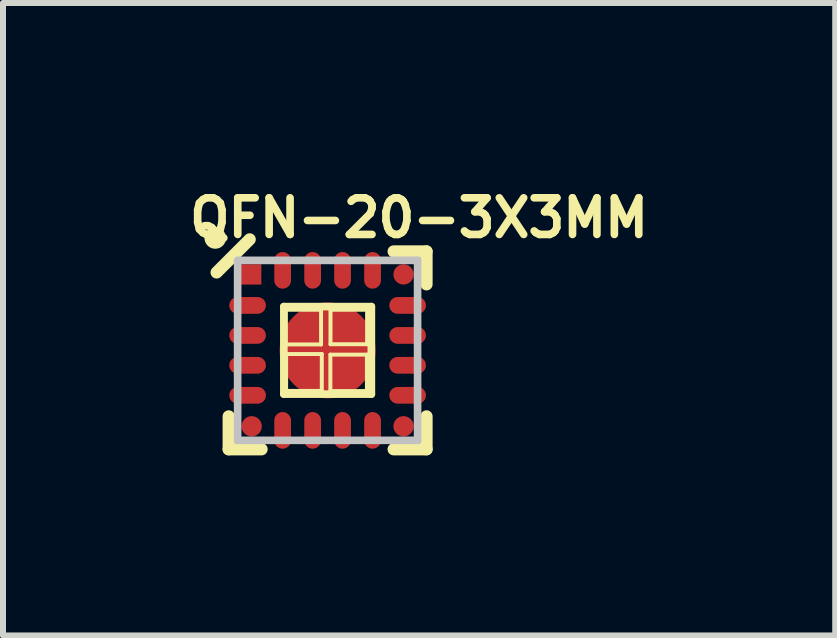
<source format=kicad_pcb>
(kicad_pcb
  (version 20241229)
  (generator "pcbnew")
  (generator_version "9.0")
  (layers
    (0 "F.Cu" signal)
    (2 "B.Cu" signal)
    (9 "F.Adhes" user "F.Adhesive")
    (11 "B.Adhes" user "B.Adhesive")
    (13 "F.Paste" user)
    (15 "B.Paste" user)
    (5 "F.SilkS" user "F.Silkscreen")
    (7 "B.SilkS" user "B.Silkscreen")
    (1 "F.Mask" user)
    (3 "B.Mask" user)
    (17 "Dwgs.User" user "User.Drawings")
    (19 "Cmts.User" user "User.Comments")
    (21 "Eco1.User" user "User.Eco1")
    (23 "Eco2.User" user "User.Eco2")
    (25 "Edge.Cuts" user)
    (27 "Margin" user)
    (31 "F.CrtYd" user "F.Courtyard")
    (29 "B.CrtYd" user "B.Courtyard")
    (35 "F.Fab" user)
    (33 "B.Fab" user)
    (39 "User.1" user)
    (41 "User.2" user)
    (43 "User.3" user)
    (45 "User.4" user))
  (footprint "QFN-20-3X3MM"
    (layer "F.Cu")
    (at 2.408 2.787)
    (property "Reference" "QFN-20-3X3MM" (at 1.524 -2.207 0) (layer "F.SilkS") (effects (font (size 0.61 0.61) (thickness 0.127))))
    (attr smd)
    (fp_line (start -1.648 1.648) (end -1.648 1.1) (stroke (width 0.203) (type solid)) (layer "F.SilkS"))
    (fp_line (start -1.298 -1.849) (end -1.849 -1.298) (stroke (width 0.203) (type solid)) (layer "F.SilkS"))
    (fp_line (start -1.1 1.648) (end -1.648 1.648) (stroke (width 0.203) (type solid)) (layer "F.SilkS"))
    (fp_line (start -0.729 -0.729) (end 0.729 -0.729) (stroke (width 0.127) (type solid)) (layer "F.SilkS"))
    (fp_line (start -0.729 0.729) (end -0.729 -0.729) (stroke (width 0.127) (type solid)) (layer "F.SilkS"))
    (fp_line (start -0.699 -0.676) (end -0.109 -0.676) (stroke (width 0.066) (type solid)) (layer "F.SilkS"))
    (fp_line (start -0.699 -0.099) (end -0.699 -0.676) (stroke (width 0.066) (type solid)) (layer "F.SilkS"))
    (fp_line (start -0.699 -0.099) (end -0.109 -0.099) (stroke (width 0.066) (type solid)) (layer "F.SilkS"))
    (fp_line (start -0.691 0.061) (end -0.097 0.061) (stroke (width 0.066) (type solid)) (layer "F.SilkS"))
    (fp_line (start -0.691 0.676) (end -0.691 0.061) (stroke (width 0.066) (type solid)) (layer "F.SilkS"))
    (fp_line (start -0.691 0.676) (end -0.097 0.676) (stroke (width 0.066) (type solid)) (layer "F.SilkS"))
    (fp_line (start -0.109 -0.099) (end -0.109 -0.676) (stroke (width 0.066) (type solid)) (layer "F.SilkS"))
    (fp_line (start -0.097 0.676) (end -0.097 0.061) (stroke (width 0.066) (type solid)) (layer "F.SilkS"))
    (fp_line (start 0.046 0.071) (end 0.655 0.071) (stroke (width 0.066) (type solid)) (layer "F.SilkS"))
    (fp_line (start 0.046 0.678) (end 0.046 0.071) (stroke (width 0.066) (type solid)) (layer "F.SilkS"))
    (fp_line (start 0.046 0.678) (end 0.655 0.678) (stroke (width 0.066) (type solid)) (layer "F.SilkS"))
    (fp_line (start 0.048 -0.676) (end 0.658 -0.676) (stroke (width 0.066) (type solid)) (layer "F.SilkS"))
    (fp_line (start 0.048 -0.102) (end 0.048 -0.676) (stroke (width 0.066) (type solid)) (layer "F.SilkS"))
    (fp_line (start 0.048 -0.102) (end 0.658 -0.102) (stroke (width 0.066) (type solid)) (layer "F.SilkS"))
    (fp_line (start 0.655 0.678) (end 0.655 0.071) (stroke (width 0.066) (type solid)) (layer "F.SilkS"))
    (fp_line (start 0.658 -0.102) (end 0.658 -0.676) (stroke (width 0.066) (type solid)) (layer "F.SilkS"))
    (fp_line (start 0.729 -0.729) (end 0.729 0.729) (stroke (width 0.127) (type solid)) (layer "F.SilkS"))
    (fp_line (start 0.729 0.729) (end -0.729 0.729) (stroke (width 0.127) (type solid)) (layer "F.SilkS"))
    (fp_line (start 1.1 -1.648) (end 1.648 -1.648) (stroke (width 0.203) (type solid)) (layer "F.SilkS"))
    (fp_line (start 1.648 -1.648) (end 1.648 -1.1) (stroke (width 0.203) (type solid)) (layer "F.SilkS"))
    (fp_line (start 1.648 1.1) (end 1.648 1.648) (stroke (width 0.203) (type solid)) (layer "F.SilkS"))
    (fp_line (start 1.648 1.648) (end 1.1 1.648) (stroke (width 0.203) (type solid)) (layer "F.SilkS"))
    (fp_circle (center -1.872 -1.872) (end -1.999 -1.999) (stroke (width 0) (type solid)) (fill yes) (layer "F.SilkS"))
    (fp_line (start -1.499 -1.499) (end 1.499 -1.499) (stroke (width 0.127) (type solid)) (layer "Dwgs.User"))
    (fp_line (start -1.499 1.499) (end -1.499 -1.499) (stroke (width 0.127) (type solid)) (layer "Dwgs.User"))
    (fp_line (start 1.499 -1.499) (end 1.499 1.499) (stroke (width 0.127) (type solid)) (layer "Dwgs.User"))
    (fp_line (start 1.499 1.499) (end -1.499 1.499) (stroke (width 0.127) (type solid)) (layer "Dwgs.User"))
    (pad "1" smd rect (at -1.273 -1.265) (size 0.338 0.338) (layers "F.Cu" "F.Mask" "F.Paste"))
    (pad "2" smd oval (at -1.333 -0.749 270) (size 0.279 0.61) (layers "F.Cu" "F.Mask" "F.Paste"))
    (pad "3" smd oval (at -1.333 -0.249 270) (size 0.279 0.61) (layers "F.Cu" "F.Mask" "F.Paste"))
    (pad "4" smd oval (at -1.333 0.249 270) (size 0.279 0.61) (layers "F.Cu" "F.Mask" "F.Paste"))
    (pad "5" smd oval (at -1.333 0.749 270) (size 0.279 0.61) (layers "F.Cu" "F.Mask" "F.Paste"))
    (pad "6" smd oval (at -1.265 1.265) (size 0.338 0.338) (layers "F.Cu" "F.Mask" "F.Paste"))
    (pad "7" smd oval (at -0.749 1.333 180) (size 0.279 0.61) (layers "F.Cu" "F.Mask" "F.Paste"))
    (pad "8" smd oval (at -0.249 1.333 180) (size 0.279 0.61) (layers "F.Cu" "F.Mask" "F.Paste"))
    (pad "9" smd oval (at 0.249 1.333 180) (size 0.279 0.61) (layers "F.Cu" "F.Mask" "F.Paste"))
    (pad "10" smd oval (at 0.749 1.333 180) (size 0.279 0.61) (layers "F.Cu" "F.Mask" "F.Paste"))
    (pad "11" smd oval (at 1.265 1.265) (size 0.338 0.338) (layers "F.Cu" "F.Mask" "F.Paste"))
    (pad "12" smd oval (at 1.333 0.749 90) (size 0.279 0.61) (layers "F.Cu" "F.Mask" "F.Paste"))
    (pad "13" smd oval (at 1.333 0.249 90) (size 0.279 0.61) (layers "F.Cu" "F.Mask" "F.Paste"))
    (pad "14" smd oval (at 1.333 -0.249 90) (size 0.279 0.61) (layers "F.Cu" "F.Mask" "F.Paste"))
    (pad "15" smd oval (at 1.333 -0.749 90) (size 0.279 0.61) (layers "F.Cu" "F.Mask" "F.Paste"))
    (pad "16" smd oval (at 1.265 -1.265) (size 0.338 0.338) (layers "F.Cu" "F.Mask" "F.Paste"))
    (pad "17" smd oval (at 0.749 -1.333) (size 0.279 0.61) (layers "F.Cu" "F.Mask" "F.Paste"))
    (pad "18" smd oval (at 0.249 -1.333) (size 0.279 0.61) (layers "F.Cu" "F.Mask" "F.Paste"))
    (pad "19" smd oval (at -0.249 -1.333) (size 0.279 0.61) (layers "F.Cu" "F.Mask" "F.Paste"))
    (pad "20" smd oval (at -0.749 -1.333) (size 0.279 0.61) (layers "F.Cu" "F.Mask" "F.Paste"))
    (pad "21" smd oval (at 0 0) (size 1.598 1.598) (layers "F.Cu" "F.Mask" "F.Paste")))
  (gr_rect
    (start -3 -3)
    (end 10.865 7.537)
    (stroke (width 0.1) (type default))
    (fill no)
    (layer "Edge.Cuts")))
</source>
